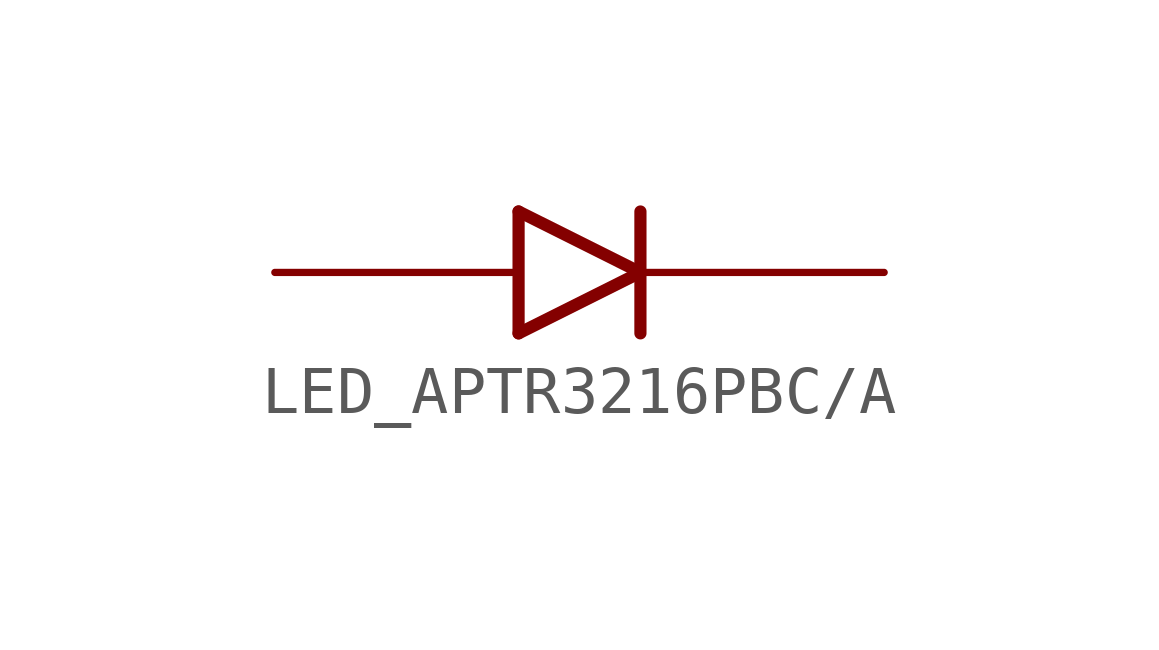
<source format=kicad_sym>
(kicad_symbol_lib
  (version 20231120)
  (generator "kicad_symbol_editor")
  (generator_version "8.0")
  (symbol "LED_APTR3216PBC/A"
    (property "Reference" ""
      (at -5.08 2.54 0)
      (effects (font (size 1.27 1.079)) (justify left bottom) (hide yes)))
    (property "ki_locked" ""
      (at 0 0 0)
      (effects (font (size 1.27 1.27))))
    (symbol "LED_APTR3216PBC/A_1_0"
      (polyline (pts (xy -3.048 -0.254) (xy -0.508 1.016)) (stroke (width 0.254) (type solid)) (fill (type none)))
      (polyline (pts (xy -3.048 2.286) (xy -3.048 -0.254)) (stroke (width 0.254) (type solid)) (fill (type none)))
      (polyline (pts (xy -0.508 1.016) (xy -3.048 2.286)) (stroke (width 0.254) (type solid)) (fill (type none)))
      (polyline (pts (xy -0.508 2.286) (xy -0.508 -0.254)) (stroke (width 0.254) (type solid)) (fill (type none)))
      (pin passive line (at -8.128 1.016 0) (length 5.08) (name "A" (effects (font (size 0 0)))) (number "A" (effects (font (size 0 0)))))
      (pin passive line (at 4.572 1.016 180) (length 5.08) (name "C" (effects (font (size 0 0)))) (number "C" (effects (font (size 0 0))))))))
</source>
